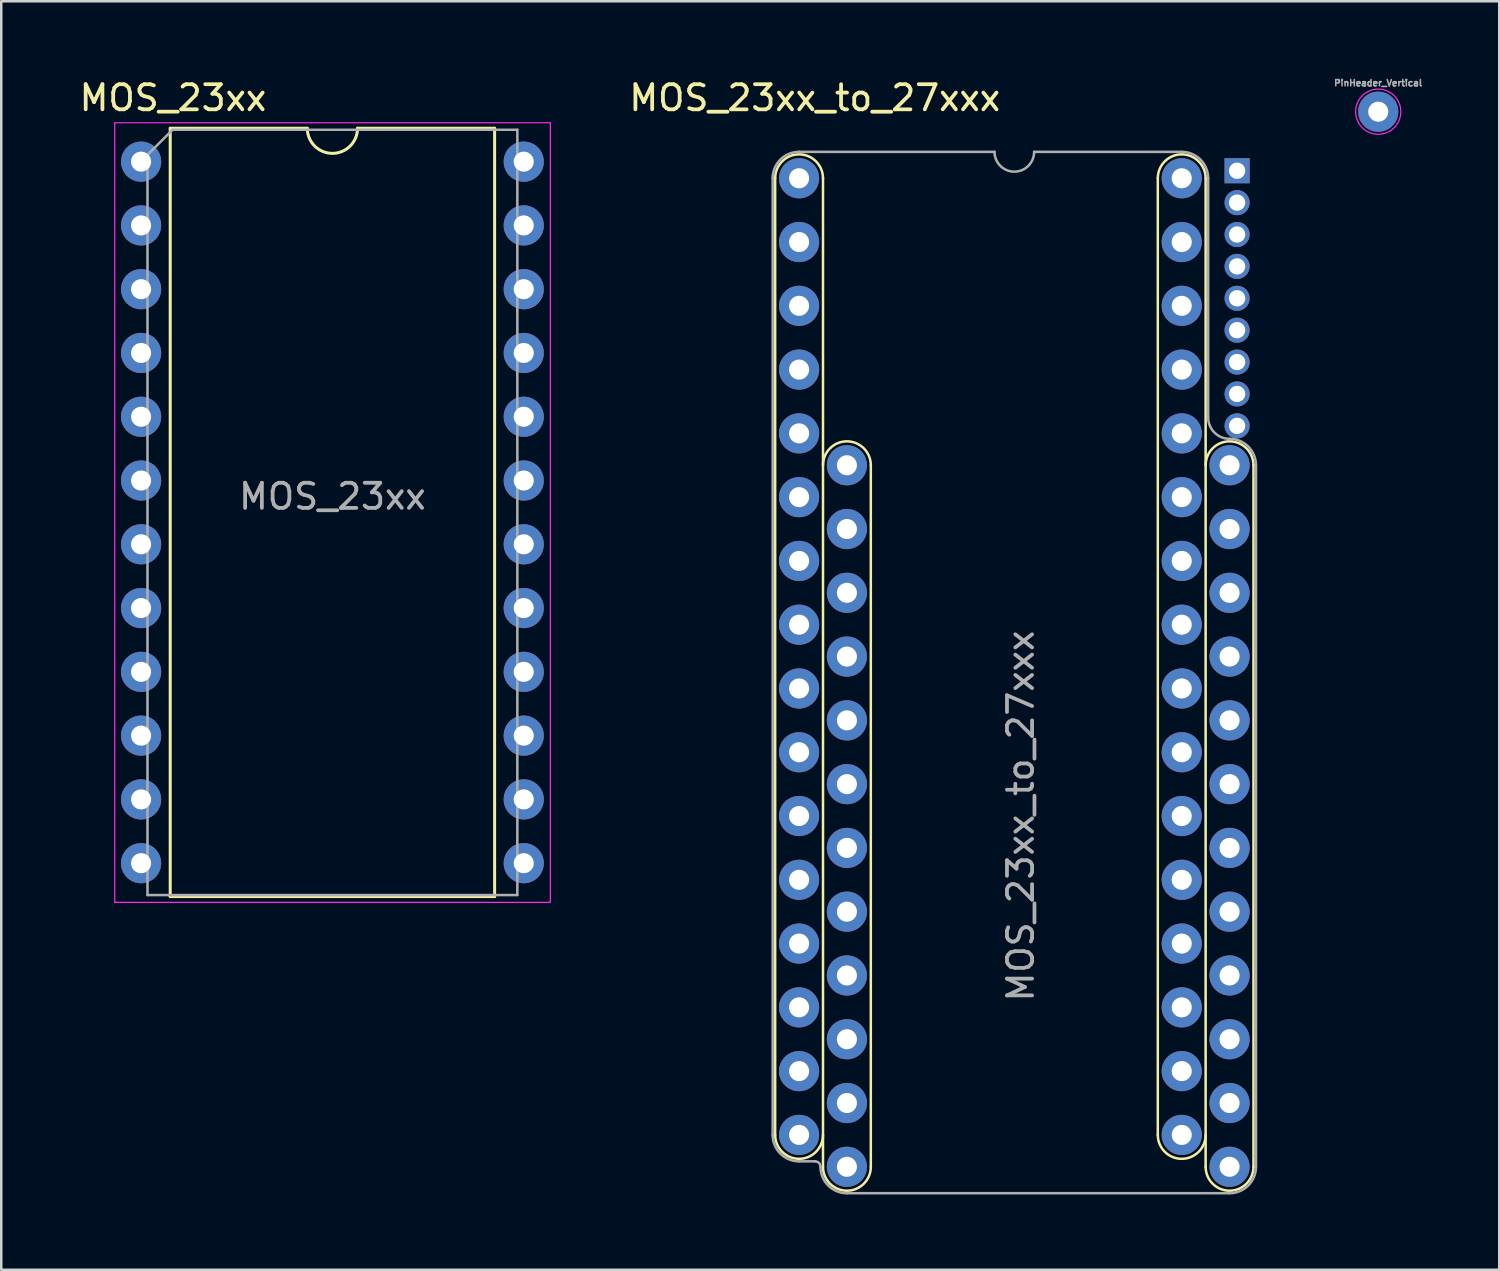
<source format=kicad_pcb>
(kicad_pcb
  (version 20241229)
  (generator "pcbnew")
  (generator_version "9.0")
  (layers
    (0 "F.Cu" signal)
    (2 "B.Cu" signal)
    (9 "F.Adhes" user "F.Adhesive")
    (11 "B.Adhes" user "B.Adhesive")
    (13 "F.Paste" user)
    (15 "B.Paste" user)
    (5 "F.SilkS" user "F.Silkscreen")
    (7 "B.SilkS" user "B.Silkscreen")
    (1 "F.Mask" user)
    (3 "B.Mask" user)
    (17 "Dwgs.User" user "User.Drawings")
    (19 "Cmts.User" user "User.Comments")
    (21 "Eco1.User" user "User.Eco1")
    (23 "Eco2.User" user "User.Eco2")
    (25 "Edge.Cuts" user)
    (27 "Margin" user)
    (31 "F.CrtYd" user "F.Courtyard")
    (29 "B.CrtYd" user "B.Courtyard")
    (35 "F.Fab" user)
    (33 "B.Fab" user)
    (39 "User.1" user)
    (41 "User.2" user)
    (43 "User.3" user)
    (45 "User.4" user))
  (footprint "MOS_23xx_to_27xxx"
    (layer "F.Cu")
    (at 28.775 4.05)
    (property "Reference" "MOS_23xx_to_27xxx" (at 0.625 -3.201 0) (unlocked yes) (layer "F.SilkS") (effects (font (size 1 1) (thickness 0.15))))
    (attr through_hole)
    (fp_line (start -0.953 38.1) (end -0.953 0) (stroke (width 0.1) (type solid)) (layer "F.SilkS"))
    (fp_line (start 0.953 39.37) (end 0.953 0) (stroke (width 0.1) (type solid)) (layer "F.SilkS"))
    (fp_line (start 2.857 39.37) (end 2.857 11.43) (stroke (width 0.1) (type solid)) (layer "F.SilkS"))
    (fp_line (start 14.287 38.1) (end 14.287 0) (stroke (width 0.1) (type solid)) (layer "F.SilkS"))
    (fp_line (start 16.192 39.37) (end 16.192 0) (stroke (width 0.1) (type solid)) (layer "F.SilkS"))
    (fp_line (start 18.098 39.37) (end 18.098 11.43) (stroke (width 0.1) (type solid)) (layer "F.SilkS"))
    (fp_arc (start -0.9525 0) (mid 0 -0.9525) (end 0.9525 0) (stroke (width 0.1) (type solid)) (layer "F.SilkS"))
    (fp_arc (start 0.9525 11.43) (mid 1.905 10.4775) (end 2.8575 11.43) (stroke (width 0.1) (type solid)) (layer "F.SilkS"))
    (fp_arc (start 0.9525 38.1) (mid 0 39.0525) (end -0.9525 38.1) (stroke (width 0.1) (type solid)) (layer "F.SilkS"))
    (fp_arc (start 2.8575 39.37) (mid 1.905 40.3225) (end 0.9525 39.37) (stroke (width 0.1) (type solid)) (layer "F.SilkS"))
    (fp_arc (start 14.2875 0) (mid 15.24 -0.9525) (end 16.1925 0) (stroke (width 0.1) (type solid)) (layer "F.SilkS"))
    (fp_arc (start 16.1925 11.43) (mid 17.145 10.4775) (end 18.0975 11.43) (stroke (width 0.1) (type solid)) (layer "F.SilkS"))
    (fp_arc (start 16.1925 38.1) (mid 15.24 39.0525) (end 14.2875 38.1) (stroke (width 0.1) (type solid)) (layer "F.SilkS"))
    (fp_arc (start 18.0975 39.37) (mid 17.145 40.3225) (end 16.1925 39.37) (stroke (width 0.1) (type solid)) (layer "F.SilkS"))
    (fp_line (start -1.052 38.1) (end -1.052 0) (stroke (width 0.1) (type solid)) (layer "F.Fab"))
    (fp_line (start 0 -1.052) (end 7.784 -1.052) (stroke (width 0.1) (type solid)) (layer "F.Fab"))
    (fp_line (start 0 39.153) (end 0.635 39.153) (stroke (width 0.1) (type solid)) (layer "F.Fab"))
    (fp_line (start 1.905 40.422) (end 17.145 40.422) (stroke (width 0.1) (type solid)) (layer "F.Fab"))
    (fp_line (start 9.361 -1.052) (end 15.24 -1.052) (stroke (width 0.1) (type solid)) (layer "F.Fab"))
    (fp_line (start 16.293 0) (end 16.293 9.525) (stroke (width 0.1) (type solid)) (layer "F.Fab"))
    (fp_line (start 18.198 11.43) (end 18.198 39.37) (stroke (width 0.1) (type solid)) (layer "F.Fab"))
    (fp_arc (start -1.0525 0) (mid -0.74423 -0.74423) (end 0 -1.0525) (stroke (width 0.1) (type solid)) (layer "F.Fab"))
    (fp_arc (start 0 39.1525) (mid -0.74423 38.84423) (end -1.0525 38.1) (stroke (width 0.1) (type solid)) (layer "F.Fab"))
    (fp_arc (start 0.635 39.1525) (mid 0.788796 39.216204) (end 0.8525 39.37) (stroke (width 0.1) (type solid)) (layer "F.Fab"))
    (fp_arc (start 1.905 40.4225) (mid 1.16077 40.11423) (end 0.8525 39.37) (stroke (width 0.1) (type solid)) (layer "F.Fab"))
    (fp_arc (start 9.3615 -1.0525) (mid 8.5725 -0.2635) (end 7.7835 -1.0525) (stroke (width 0.1) (type solid)) (layer "F.Fab"))
    (fp_arc (start 15.24 -1.0525) (mid 15.98423 -0.74423) (end 16.2925 0) (stroke (width 0.1) (type solid)) (layer "F.Fab"))
    (fp_arc (start 17.145 10.3775) (mid 16.542191 10.127809) (end 16.2925 9.525) (stroke (width 0.1) (type solid)) (layer "F.Fab"))
    (fp_arc (start 17.145 10.3775) (mid 17.88923 10.68577) (end 18.1975 11.43) (stroke (width 0.1) (type solid)) (layer "F.Fab"))
    (fp_arc (start 18.1975 39.37) (mid 17.88923 40.11423) (end 17.145 40.4225) (stroke (width 0.1) (type solid)) (layer "F.Fab"))
    (fp_text user "${REFERENCE}" (at 8.825 25.4 90) (layer "F.Fab") (effects (font (size 1 1) (thickness 0.15))))
    (pad "1" thru_hole circle (at 0 0) (size 1.6 1.6) (drill 0.8) (layers "*.Cu" "*.Mask"))
    (pad "2" thru_hole circle (at 0 2.54) (size 1.6 1.6) (drill 0.8) (layers "*.Cu" "*.Mask"))
    (pad "3" thru_hole circle (at 0 5.08) (size 1.6 1.6) (drill 0.8) (layers "*.Cu" "*.Mask"))
    (pad "4" thru_hole circle (at 0 7.62) (size 1.6 1.6) (drill 0.8) (layers "*.Cu" "*.Mask"))
    (pad "5" thru_hole circle (at 0 10.16) (size 1.6 1.6) (drill 0.8) (layers "*.Cu" "*.Mask"))
    (pad "6" thru_hole circle (at 0 12.7) (size 1.6 1.6) (drill 0.8) (layers "*.Cu" "*.Mask"))
    (pad "7" thru_hole circle (at 0 15.24) (size 1.6 1.6) (drill 0.8) (layers "*.Cu" "*.Mask"))
    (pad "8" thru_hole circle (at 0 17.78) (size 1.6 1.6) (drill 0.8) (layers "*.Cu" "*.Mask"))
    (pad "9" thru_hole circle (at 0 20.32) (size 1.6 1.6) (drill 0.8) (layers "*.Cu" "*.Mask"))
    (pad "10" thru_hole circle (at 0 22.86) (size 1.6 1.6) (drill 0.8) (layers "*.Cu" "*.Mask"))
    (pad "11" thru_hole circle (at 0 25.4) (size 1.6 1.6) (drill 0.8) (layers "*.Cu" "*.Mask"))
    (pad "12" thru_hole circle (at 0 27.94) (size 1.6 1.6) (drill 0.8) (layers "*.Cu" "*.Mask"))
    (pad "13" thru_hole circle (at 0 30.48) (size 1.6 1.6) (drill 0.8) (layers "*.Cu" "*.Mask"))
    (pad "14" thru_hole circle (at 0 33.02) (size 1.6 1.6) (drill 0.8) (layers "*.Cu" "*.Mask"))
    (pad "15" thru_hole circle (at 0 35.56) (size 1.6 1.6) (drill 0.8) (layers "*.Cu" "*.Mask"))
    (pad "16" thru_hole circle (at 0 38.1) (size 1.6 1.6) (drill 0.8) (layers "*.Cu" "*.Mask"))
    (pad "17" thru_hole oval (at 15.24 38.1) (size 1.6 1.6) (drill 0.8) (layers "*.Cu" "*.Mask"))
    (pad "18" thru_hole oval (at 15.24 35.56) (size 1.6 1.6) (drill 0.8) (layers "*.Cu" "*.Mask"))
    (pad "19" thru_hole oval (at 15.24 33.02) (size 1.6 1.6) (drill 0.8) (layers "*.Cu" "*.Mask"))
    (pad "20" thru_hole oval (at 15.24 30.48) (size 1.6 1.6) (drill 0.8) (layers "*.Cu" "*.Mask"))
    (pad "21" thru_hole oval (at 15.24 27.94) (size 1.6 1.6) (drill 0.8) (layers "*.Cu" "*.Mask"))
    (pad "22" thru_hole oval (at 15.24 25.4) (size 1.6 1.6) (drill 0.8) (layers "*.Cu" "*.Mask"))
    (pad "23" thru_hole oval (at 15.24 22.86) (size 1.6 1.6) (drill 0.8) (layers "*.Cu" "*.Mask"))
    (pad "24" thru_hole oval (at 15.24 20.32) (size 1.6 1.6) (drill 0.8) (layers "*.Cu" "*.Mask"))
    (pad "25" thru_hole oval (at 15.24 17.78) (size 1.6 1.6) (drill 0.8) (layers "*.Cu" "*.Mask"))
    (pad "26" thru_hole oval (at 15.24 15.24) (size 1.6 1.6) (drill 0.8) (layers "*.Cu" "*.Mask"))
    (pad "27" thru_hole oval (at 15.24 12.7) (size 1.6 1.6) (drill 0.8) (layers "*.Cu" "*.Mask"))
    (pad "28" thru_hole oval (at 15.24 10.16) (size 1.6 1.6) (drill 0.8) (layers "*.Cu" "*.Mask"))
    (pad "29" thru_hole oval (at 15.24 7.62) (size 1.6 1.6) (drill 0.8) (layers "*.Cu" "*.Mask"))
    (pad "30" thru_hole oval (at 15.24 5.08) (size 1.6 1.6) (drill 0.8) (layers "*.Cu" "*.Mask"))
    (pad "31" thru_hole oval (at 15.24 2.54) (size 1.6 1.6) (drill 0.8) (layers "*.Cu" "*.Mask"))
    (pad "32" thru_hole oval (at 15.24 0) (size 1.6 1.6) (drill 0.8) (layers "*.Cu" "*.Mask"))
    (pad "A11" thru_hole oval (at 17.445 9.86) (size 1 1) (drill 0.65) (layers "*.Cu" "*.Mask"))
    (pad "A12" thru_hole oval (at 17.445 8.59) (size 1 1) (drill 0.65) (layers "*.Cu" "*.Mask"))
    (pad "A13" thru_hole oval (at 17.445 7.32) (size 1 1) (drill 0.65) (layers "*.Cu" "*.Mask"))
    (pad "A14" thru_hole oval (at 17.445 6.05) (size 1 1) (drill 0.65) (layers "*.Cu" "*.Mask"))
    (pad "A15" thru_hole oval (at 17.445 4.78) (size 1 1) (drill 0.65) (layers "*.Cu" "*.Mask"))
    (pad "A16" thru_hole oval (at 17.445 3.51) (size 1 1) (drill 0.65) (layers "*.Cu" "*.Mask"))
    (pad "A17" thru_hole oval (at 17.445 2.24) (size 1 1) (drill 0.65) (layers "*.Cu" "*.Mask"))
    (pad "A18" thru_hole oval (at 17.445 0.97) (size 1 1) (drill 0.65) (layers "*.Cu" "*.Mask"))
    (pad "M1" thru_hole circle (at 1.905 11.43) (size 1.6 1.6) (drill 0.8) (layers "*.Cu" "*.Mask"))
    (pad "M2" thru_hole circle (at 1.905 13.97) (size 1.6 1.6) (drill 0.8) (layers "*.Cu" "*.Mask"))
    (pad "M3" thru_hole circle (at 1.905 16.51) (size 1.6 1.6) (drill 0.8) (layers "*.Cu" "*.Mask"))
    (pad "M4" thru_hole circle (at 1.905 19.05) (size 1.6 1.6) (drill 0.8) (layers "*.Cu" "*.Mask"))
    (pad "M5" thru_hole circle (at 1.905 21.59) (size 1.6 1.6) (drill 0.8) (layers "*.Cu" "*.Mask"))
    (pad "M6" thru_hole circle (at 1.905 24.13) (size 1.6 1.6) (drill 0.8) (layers "*.Cu" "*.Mask"))
    (pad "M7" thru_hole circle (at 1.905 26.67) (size 1.6 1.6) (drill 0.8) (layers "*.Cu" "*.Mask"))
    (pad "M8" thru_hole circle (at 1.905 29.21) (size 1.6 1.6) (drill 0.8) (layers "*.Cu" "*.Mask"))
    (pad "M9" thru_hole circle (at 1.905 31.75) (size 1.6 1.6) (drill 0.8) (layers "*.Cu" "*.Mask"))
    (pad "M10" thru_hole circle (at 1.905 34.29) (size 1.6 1.6) (drill 0.8) (layers "*.Cu" "*.Mask"))
    (pad "M11" thru_hole circle (at 1.905 36.83) (size 1.6 1.6) (drill 0.8) (layers "*.Cu" "*.Mask"))
    (pad "M12" thru_hole circle (at 1.905 39.37) (size 1.6 1.6) (drill 0.8) (layers "*.Cu" "*.Mask"))
    (pad "M13" thru_hole oval (at 17.145 39.37) (size 1.6 1.6) (drill 0.8) (layers "*.Cu" "*.Mask"))
    (pad "M14" thru_hole oval (at 17.145 36.83) (size 1.6 1.6) (drill 0.8) (layers "*.Cu" "*.Mask"))
    (pad "M15" thru_hole oval (at 17.145 34.29) (size 1.6 1.6) (drill 0.8) (layers "*.Cu" "*.Mask"))
    (pad "M16" thru_hole oval (at 17.145 31.75) (size 1.6 1.6) (drill 0.8) (layers "*.Cu" "*.Mask"))
    (pad "M17" thru_hole oval (at 17.145 29.21) (size 1.6 1.6) (drill 0.8) (layers "*.Cu" "*.Mask"))
    (pad "M18" thru_hole oval (at 17.145 26.67) (size 1.6 1.6) (drill 0.8) (layers "*.Cu" "*.Mask"))
    (pad "M19" thru_hole oval (at 17.145 24.13) (size 1.6 1.6) (drill 0.8) (layers "*.Cu" "*.Mask"))
    (pad "M20" thru_hole oval (at 17.145 21.59) (size 1.6 1.6) (drill 0.8) (layers "*.Cu" "*.Mask"))
    (pad "M21" thru_hole oval (at 17.145 19.05) (size 1.6 1.6) (drill 0.8) (layers "*.Cu" "*.Mask"))
    (pad "M22" thru_hole oval (at 17.145 16.51) (size 1.6 1.6) (drill 0.8) (layers "*.Cu" "*.Mask"))
    (pad "M23" thru_hole oval (at 17.145 13.97) (size 1.6 1.6) (drill 0.8) (layers "*.Cu" "*.Mask"))
    (pad "M24" thru_hole oval (at 17.145 11.43) (size 1.6 1.6) (drill 0.8) (layers "*.Cu" "*.Mask"))
    (pad "PU1" thru_hole rect (at 17.445 -0.3) (size 1 1) (drill 0.65) (layers "*.Cu" "*.Mask")))
  (footprint "PinHeader_Vertical"
    (layer "F.Cu")
    (at 51.841 1.399)
    (property "Reference" "PinHeader_Vertical" (at 0 -1.143 0) (layer "F.Fab") (effects (font (size 0.25 0.25) (thickness 0.062))))
    (attr through_hole)
    (fp_circle (center 0 0) (end 0.9 0) (stroke (width 0.05) (type solid)) (fill no) (layer "F.CrtYd"))
    (pad "1" thru_hole circle (at 0 0) (size 1.6 1.6) (drill 0.8) (layers "*.Cu" "*.Mask")))
  (footprint "MOS_23xx"
    (layer "F.Cu")
    (at 10.189 17.358)
    (property "Reference" "MOS_23xx" (at -6.35 -16.51 0) (unlocked yes) (layer "F.SilkS") (effects (font (size 1 1) (thickness 0.15))))
    (attr through_hole)
    (fp_line (start -6.46 -15.3) (end -6.46 15.3) (stroke (width 0.12) (type solid)) (layer "F.SilkS"))
    (fp_line (start -6.46 15.3) (end 6.46 15.3) (stroke (width 0.12) (type solid)) (layer "F.SilkS"))
    (fp_line (start -1 -15.3) (end -6.46 -15.3) (stroke (width 0.12) (type solid)) (layer "F.SilkS"))
    (fp_line (start 6.46 -15.3) (end 1 -15.3) (stroke (width 0.12) (type solid)) (layer "F.SilkS"))
    (fp_line (start 6.46 15.3) (end 6.46 -15.3) (stroke (width 0.12) (type solid)) (layer "F.SilkS"))
    (fp_arc (start 1 -15.3) (mid 0 -14.3) (end -1 -15.3) (stroke (width 0.12) (type solid)) (layer "F.SilkS"))
    (fp_line (start -8.67 -15.52) (end -8.67 15.53) (stroke (width 0.05) (type solid)) (layer "F.CrtYd"))
    (fp_line (start -8.67 15.53) (end 8.68 15.53) (stroke (width 0.05) (type solid)) (layer "F.CrtYd"))
    (fp_line (start 8.68 -15.52) (end -8.67 -15.52) (stroke (width 0.05) (type solid)) (layer "F.CrtYd"))
    (fp_line (start 8.68 15.53) (end 8.68 -15.52) (stroke (width 0.05) (type solid)) (layer "F.CrtYd"))
    (fp_line (start -7.365 -14.24) (end -6.365 -15.24) (stroke (width 0.1) (type solid)) (layer "F.Fab"))
    (fp_line (start -7.365 15.24) (end -7.365 -14.24) (stroke (width 0.1) (type solid)) (layer "F.Fab"))
    (fp_line (start -6.365 -15.24) (end 7.365 -15.24) (stroke (width 0.1) (type solid)) (layer "F.Fab"))
    (fp_line (start 7.365 -15.24) (end 7.365 15.24) (stroke (width 0.1) (type solid)) (layer "F.Fab"))
    (fp_line (start 7.365 15.24) (end -7.365 15.24) (stroke (width 0.1) (type solid)) (layer "F.Fab"))
    (fp_text user "${REFERENCE}" (at 0 -0.635 0) (layer "F.Fab") (effects (font (size 1 1) (thickness 0.15))))
    (pad "1" thru_hole circle (at -7.62 -13.97) (size 1.6 1.6) (drill 0.8) (layers "*.Cu" "*.Mask"))
    (pad "2" thru_hole oval (at -7.62 -11.43) (size 1.6 1.6) (drill 0.8) (layers "*.Cu" "*.Mask"))
    (pad "3" thru_hole oval (at -7.62 -8.89) (size 1.6 1.6) (drill 0.8) (layers "*.Cu" "*.Mask"))
    (pad "4" thru_hole oval (at -7.62 -6.35) (size 1.6 1.6) (drill 0.8) (layers "*.Cu" "*.Mask"))
    (pad "5" thru_hole oval (at -7.62 -3.81) (size 1.6 1.6) (drill 0.8) (layers "*.Cu" "*.Mask"))
    (pad "6" thru_hole oval (at -7.62 -1.27) (size 1.6 1.6) (drill 0.8) (layers "*.Cu" "*.Mask"))
    (pad "7" thru_hole oval (at -7.62 1.27) (size 1.6 1.6) (drill 0.8) (layers "*.Cu" "*.Mask"))
    (pad "8" thru_hole oval (at -7.62 3.81) (size 1.6 1.6) (drill 0.8) (layers "*.Cu" "*.Mask"))
    (pad "9" thru_hole oval (at -7.62 6.35) (size 1.6 1.6) (drill 0.8) (layers "*.Cu" "*.Mask"))
    (pad "10" thru_hole oval (at -7.62 8.89) (size 1.6 1.6) (drill 0.8) (layers "*.Cu" "*.Mask"))
    (pad "11" thru_hole oval (at -7.62 11.43) (size 1.6 1.6) (drill 0.8) (layers "*.Cu" "*.Mask"))
    (pad "12" thru_hole oval (at -7.62 13.97) (size 1.6 1.6) (drill 0.8) (layers "*.Cu" "*.Mask"))
    (pad "13" thru_hole oval (at 7.62 13.97) (size 1.6 1.6) (drill 0.8) (layers "*.Cu" "*.Mask"))
    (pad "14" thru_hole oval (at 7.62 11.43) (size 1.6 1.6) (drill 0.8) (layers "*.Cu" "*.Mask"))
    (pad "15" thru_hole oval (at 7.62 8.89) (size 1.6 1.6) (drill 0.8) (layers "*.Cu" "*.Mask"))
    (pad "16" thru_hole oval (at 7.62 6.35) (size 1.6 1.6) (drill 0.8) (layers "*.Cu" "*.Mask"))
    (pad "17" thru_hole oval (at 7.62 3.81) (size 1.6 1.6) (drill 0.8) (layers "*.Cu" "*.Mask"))
    (pad "18" thru_hole oval (at 7.62 1.27) (size 1.6 1.6) (drill 0.8) (layers "*.Cu" "*.Mask"))
    (pad "19" thru_hole oval (at 7.62 -1.27) (size 1.6 1.6) (drill 0.8) (layers "*.Cu" "*.Mask"))
    (pad "20" thru_hole oval (at 7.62 -3.81) (size 1.6 1.6) (drill 0.8) (layers "*.Cu" "*.Mask"))
    (pad "21" thru_hole oval (at 7.62 -6.35) (size 1.6 1.6) (drill 0.8) (layers "*.Cu" "*.Mask"))
    (pad "22" thru_hole oval (at 7.62 -8.89) (size 1.6 1.6) (drill 0.8) (layers "*.Cu" "*.Mask"))
    (pad "23" thru_hole oval (at 7.62 -11.43) (size 1.6 1.6) (drill 0.8) (layers "*.Cu" "*.Mask"))
    (pad "24" thru_hole oval (at 7.62 -13.97) (size 1.6 1.6) (drill 0.8) (layers "*.Cu" "*.Mask")))
  (gr_rect
    (start -3 -3)
    (end 56.66 47.522)
    (stroke (width 0.1) (type default))
    (fill no)
    (layer "Edge.Cuts")))
</source>
